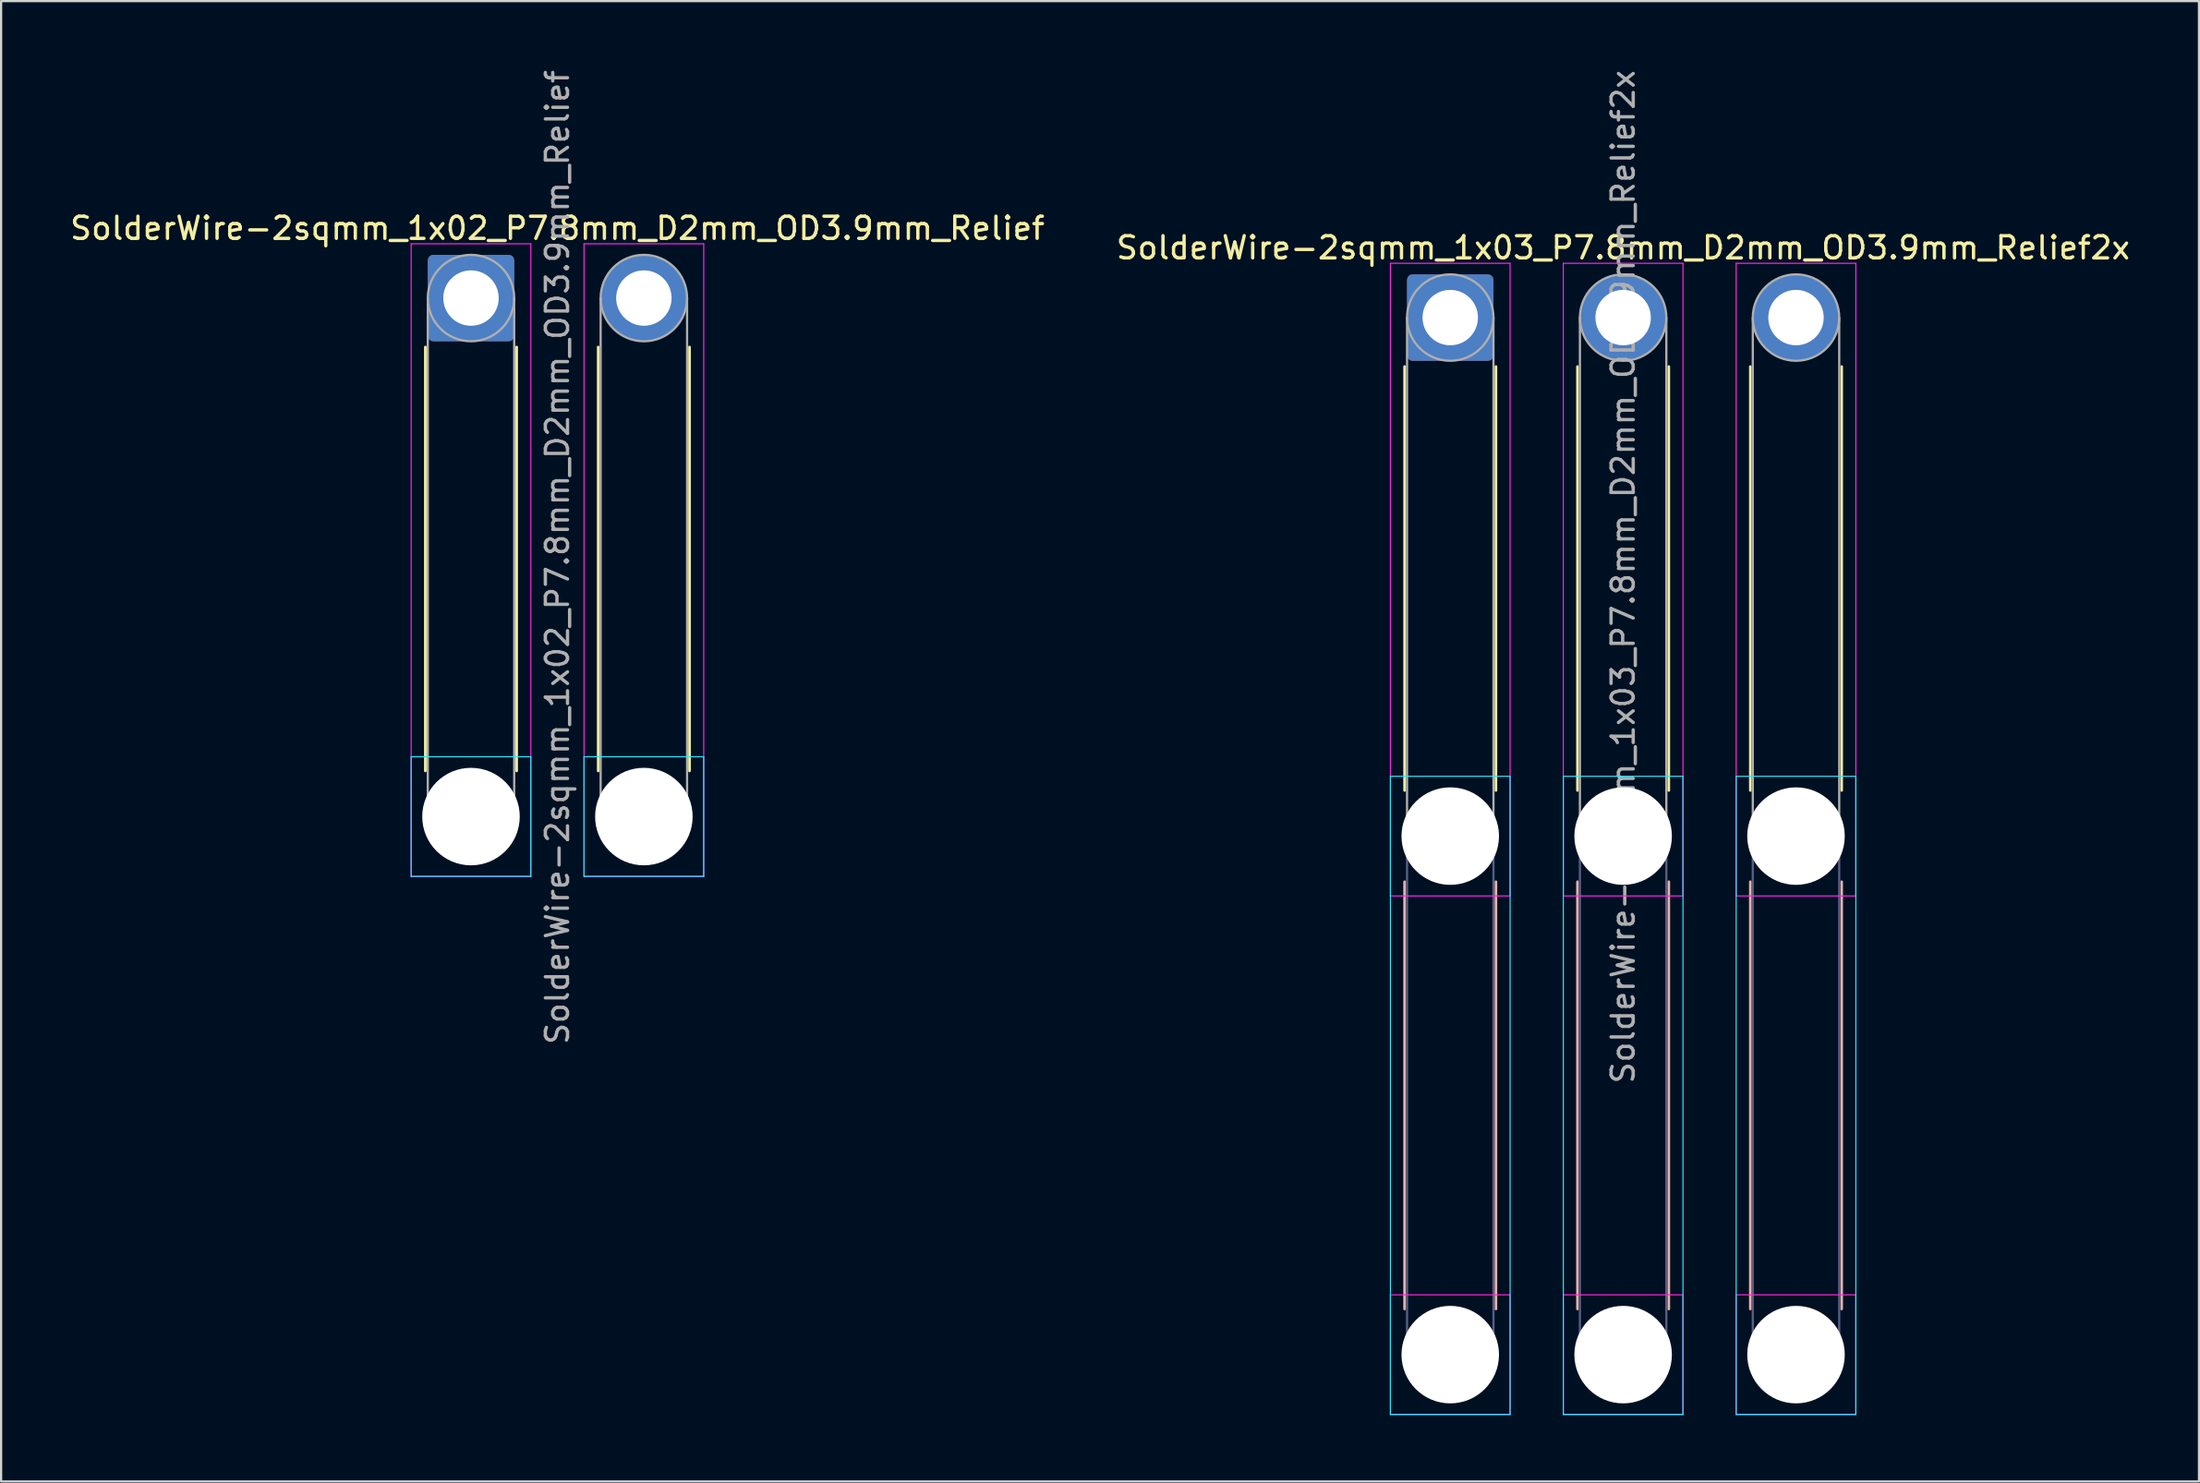
<source format=kicad_pcb>
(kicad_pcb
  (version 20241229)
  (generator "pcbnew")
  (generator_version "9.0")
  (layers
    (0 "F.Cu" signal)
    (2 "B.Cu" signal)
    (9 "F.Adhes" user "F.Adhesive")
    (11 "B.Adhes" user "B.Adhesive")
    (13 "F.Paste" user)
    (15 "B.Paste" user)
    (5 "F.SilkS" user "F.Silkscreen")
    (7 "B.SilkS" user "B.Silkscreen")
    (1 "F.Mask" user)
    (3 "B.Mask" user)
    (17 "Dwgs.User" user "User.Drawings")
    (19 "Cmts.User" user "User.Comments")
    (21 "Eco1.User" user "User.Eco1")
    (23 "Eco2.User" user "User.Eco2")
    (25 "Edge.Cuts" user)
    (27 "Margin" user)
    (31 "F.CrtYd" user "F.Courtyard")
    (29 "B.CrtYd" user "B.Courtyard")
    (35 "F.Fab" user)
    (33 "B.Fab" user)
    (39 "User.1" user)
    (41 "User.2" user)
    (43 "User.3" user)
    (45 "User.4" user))
  (footprint "SolderWire-2sqmm_1x02_P7.8mm_D2mm_OD3.9mm_Relief"
    (layer "F.Cu")
    (at 18.201 10.401)
    (property "Reference" "SolderWire-2sqmm_1x02_P7.8mm_D2mm_OD3.9mm_Relief" (at 3.9 -3.15 0) (layer "F.SilkS") (effects (font (size 1 1) (thickness 0.15))))
    (attr exclude_from_pos_files exclude_from_bom)
    (fp_line (start -2.06 2.21) (end -2.06 21.34) (stroke (width 0.12) (type solid)) (layer "F.SilkS"))
    (fp_line (start 2.06 2.21) (end 2.06 21.34) (stroke (width 0.12) (type solid)) (layer "F.SilkS"))
    (fp_line (start 5.74 2.21) (end 5.74 21.34) (stroke (width 0.12) (type solid)) (layer "F.SilkS"))
    (fp_line (start 9.86 2.21) (end 9.86 21.34) (stroke (width 0.12) (type solid)) (layer "F.SilkS"))
    (fp_line (start -2.7 20.7) (end -2.7 26.1) (stroke (width 0.05) (type solid)) (layer "B.CrtYd"))
    (fp_line (start -2.7 26.1) (end 2.7 26.1) (stroke (width 0.05) (type solid)) (layer "B.CrtYd"))
    (fp_line (start 2.7 20.7) (end -2.7 20.7) (stroke (width 0.05) (type solid)) (layer "B.CrtYd"))
    (fp_line (start 2.7 26.1) (end 2.7 20.7) (stroke (width 0.05) (type solid)) (layer "B.CrtYd"))
    (fp_line (start 5.1 20.7) (end 5.1 26.1) (stroke (width 0.05) (type solid)) (layer "B.CrtYd"))
    (fp_line (start 5.1 26.1) (end 10.5 26.1) (stroke (width 0.05) (type solid)) (layer "B.CrtYd"))
    (fp_line (start 10.5 20.7) (end 5.1 20.7) (stroke (width 0.05) (type solid)) (layer "B.CrtYd"))
    (fp_line (start 10.5 26.1) (end 10.5 20.7) (stroke (width 0.05) (type solid)) (layer "B.CrtYd"))
    (fp_line (start -2.7 -2.45) (end -2.7 26.1) (stroke (width 0.05) (type solid)) (layer "F.CrtYd"))
    (fp_line (start -2.7 26.1) (end 2.7 26.1) (stroke (width 0.05) (type solid)) (layer "F.CrtYd"))
    (fp_line (start 2.7 -2.45) (end -2.7 -2.45) (stroke (width 0.05) (type solid)) (layer "F.CrtYd"))
    (fp_line (start 2.7 26.1) (end 2.7 -2.45) (stroke (width 0.05) (type solid)) (layer "F.CrtYd"))
    (fp_line (start 5.1 -2.45) (end 5.1 26.1) (stroke (width 0.05) (type solid)) (layer "F.CrtYd"))
    (fp_line (start 5.1 26.1) (end 10.5 26.1) (stroke (width 0.05) (type solid)) (layer "F.CrtYd"))
    (fp_line (start 10.5 -2.45) (end 5.1 -2.45) (stroke (width 0.05) (type solid)) (layer "F.CrtYd"))
    (fp_line (start 10.5 26.1) (end 10.5 -2.45) (stroke (width 0.05) (type solid)) (layer "F.CrtYd"))
    (fp_line (start -1.95 0) (end -1.95 23.4) (stroke (width 0.1) (type solid)) (layer "F.Fab"))
    (fp_line (start 1.95 0) (end 1.95 23.4) (stroke (width 0.1) (type solid)) (layer "F.Fab"))
    (fp_line (start 5.85 0) (end 5.85 23.4) (stroke (width 0.1) (type solid)) (layer "F.Fab"))
    (fp_line (start 9.75 0) (end 9.75 23.4) (stroke (width 0.1) (type solid)) (layer "F.Fab"))
    (fp_circle (center 0 0) (end 1.95 0) (stroke (width 0.1) (type solid)) (fill no) (layer "F.Fab"))
    (fp_circle (center 0 23.4) (end 1.95 23.4) (stroke (width 0.1) (type solid)) (fill no) (layer "F.Fab"))
    (fp_circle (center 7.8 0) (end 9.75 0) (stroke (width 0.1) (type solid)) (fill no) (layer "F.Fab"))
    (fp_circle (center 7.8 23.4) (end 9.75 23.4) (stroke (width 0.1) (type solid)) (fill no) (layer "F.Fab"))
    (fp_text user "${REFERENCE}" (at 3.9 11.7 90) (layer "F.Fab") (effects (font (size 1 1) (thickness 0.15))))
    (pad "" np_thru_hole circle (at 0 23.4) (size 4.4 4.4) (drill 4.4) (layers "*.Cu" "*.Mask"))
    (pad "" np_thru_hole circle (at 7.8 23.4) (size 4.4 4.4) (drill 4.4) (layers "*.Cu" "*.Mask"))
    (pad "1" thru_hole roundrect (at 0 0) (size 3.9 3.9) (drill 2.5) (layers "*.Cu" "*.Mask") (roundrect_rratio 0.064))
    (pad "2" thru_hole circle (at 7.8 0) (size 3.9 3.9) (drill 2.5) (layers "*.Cu" "*.Mask")))
  (footprint "SolderWire-2sqmm_1x03_P7.8mm_D2mm_OD3.9mm_Relief2x"
    (layer "F.Cu")
    (at 62.385 11.282)
    (property "Reference" "SolderWire-2sqmm_1x03_P7.8mm_D2mm_OD3.9mm_Relief2x" (at 7.8 -3.15 0) (layer "F.SilkS") (effects (font (size 1 1) (thickness 0.15))))
    (attr exclude_from_pos_files exclude_from_bom)
    (fp_line (start -2.06 2.21) (end -2.06 21.34) (stroke (width 0.12) (type solid)) (layer "F.SilkS"))
    (fp_line (start 2.06 2.21) (end 2.06 21.34) (stroke (width 0.12) (type solid)) (layer "F.SilkS"))
    (fp_line (start 5.74 2.21) (end 5.74 21.34) (stroke (width 0.12) (type solid)) (layer "F.SilkS"))
    (fp_line (start 9.86 2.21) (end 9.86 21.34) (stroke (width 0.12) (type solid)) (layer "F.SilkS"))
    (fp_line (start 13.54 2.21) (end 13.54 21.34) (stroke (width 0.12) (type solid)) (layer "F.SilkS"))
    (fp_line (start 17.66 2.21) (end 17.66 21.34) (stroke (width 0.12) (type solid)) (layer "F.SilkS"))
    (fp_line (start -2.06 25.46) (end -2.06 44.74) (stroke (width 0.12) (type solid)) (layer "B.SilkS"))
    (fp_line (start 2.06 25.46) (end 2.06 44.74) (stroke (width 0.12) (type solid)) (layer "B.SilkS"))
    (fp_line (start 5.74 25.46) (end 5.74 44.74) (stroke (width 0.12) (type solid)) (layer "B.SilkS"))
    (fp_line (start 9.86 25.46) (end 9.86 44.74) (stroke (width 0.12) (type solid)) (layer "B.SilkS"))
    (fp_line (start 13.54 25.46) (end 13.54 44.74) (stroke (width 0.12) (type solid)) (layer "B.SilkS"))
    (fp_line (start 17.66 25.46) (end 17.66 44.74) (stroke (width 0.12) (type solid)) (layer "B.SilkS"))
    (fp_line (start -2.7 20.7) (end -2.7 49.5) (stroke (width 0.05) (type solid)) (layer "B.CrtYd"))
    (fp_line (start -2.7 49.5) (end 2.7 49.5) (stroke (width 0.05) (type solid)) (layer "B.CrtYd"))
    (fp_line (start 2.7 20.7) (end -2.7 20.7) (stroke (width 0.05) (type solid)) (layer "B.CrtYd"))
    (fp_line (start 2.7 49.5) (end 2.7 20.7) (stroke (width 0.05) (type solid)) (layer "B.CrtYd"))
    (fp_line (start 5.1 20.7) (end 5.1 49.5) (stroke (width 0.05) (type solid)) (layer "B.CrtYd"))
    (fp_line (start 5.1 49.5) (end 10.5 49.5) (stroke (width 0.05) (type solid)) (layer "B.CrtYd"))
    (fp_line (start 10.5 20.7) (end 5.1 20.7) (stroke (width 0.05) (type solid)) (layer "B.CrtYd"))
    (fp_line (start 10.5 49.5) (end 10.5 20.7) (stroke (width 0.05) (type solid)) (layer "B.CrtYd"))
    (fp_line (start 12.9 20.7) (end 12.9 49.5) (stroke (width 0.05) (type solid)) (layer "B.CrtYd"))
    (fp_line (start 12.9 49.5) (end 18.3 49.5) (stroke (width 0.05) (type solid)) (layer "B.CrtYd"))
    (fp_line (start 18.3 20.7) (end 12.9 20.7) (stroke (width 0.05) (type solid)) (layer "B.CrtYd"))
    (fp_line (start 18.3 49.5) (end 18.3 20.7) (stroke (width 0.05) (type solid)) (layer "B.CrtYd"))
    (fp_line (start -2.7 -2.45) (end -2.7 26.1) (stroke (width 0.05) (type solid)) (layer "F.CrtYd"))
    (fp_line (start -2.7 26.1) (end 2.7 26.1) (stroke (width 0.05) (type solid)) (layer "F.CrtYd"))
    (fp_line (start -2.7 44.1) (end -2.7 49.5) (stroke (width 0.05) (type solid)) (layer "F.CrtYd"))
    (fp_line (start -2.7 49.5) (end 2.7 49.5) (stroke (width 0.05) (type solid)) (layer "F.CrtYd"))
    (fp_line (start 2.7 -2.45) (end -2.7 -2.45) (stroke (width 0.05) (type solid)) (layer "F.CrtYd"))
    (fp_line (start 2.7 26.1) (end 2.7 -2.45) (stroke (width 0.05) (type solid)) (layer "F.CrtYd"))
    (fp_line (start 2.7 44.1) (end -2.7 44.1) (stroke (width 0.05) (type solid)) (layer "F.CrtYd"))
    (fp_line (start 2.7 49.5) (end 2.7 44.1) (stroke (width 0.05) (type solid)) (layer "F.CrtYd"))
    (fp_line (start 5.1 -2.45) (end 5.1 26.1) (stroke (width 0.05) (type solid)) (layer "F.CrtYd"))
    (fp_line (start 5.1 26.1) (end 10.5 26.1) (stroke (width 0.05) (type solid)) (layer "F.CrtYd"))
    (fp_line (start 5.1 44.1) (end 5.1 49.5) (stroke (width 0.05) (type solid)) (layer "F.CrtYd"))
    (fp_line (start 5.1 49.5) (end 10.5 49.5) (stroke (width 0.05) (type solid)) (layer "F.CrtYd"))
    (fp_line (start 10.5 -2.45) (end 5.1 -2.45) (stroke (width 0.05) (type solid)) (layer "F.CrtYd"))
    (fp_line (start 10.5 26.1) (end 10.5 -2.45) (stroke (width 0.05) (type solid)) (layer "F.CrtYd"))
    (fp_line (start 10.5 44.1) (end 5.1 44.1) (stroke (width 0.05) (type solid)) (layer "F.CrtYd"))
    (fp_line (start 10.5 49.5) (end 10.5 44.1) (stroke (width 0.05) (type solid)) (layer "F.CrtYd"))
    (fp_line (start 12.9 -2.45) (end 12.9 26.1) (stroke (width 0.05) (type solid)) (layer "F.CrtYd"))
    (fp_line (start 12.9 26.1) (end 18.3 26.1) (stroke (width 0.05) (type solid)) (layer "F.CrtYd"))
    (fp_line (start 12.9 44.1) (end 12.9 49.5) (stroke (width 0.05) (type solid)) (layer "F.CrtYd"))
    (fp_line (start 12.9 49.5) (end 18.3 49.5) (stroke (width 0.05) (type solid)) (layer "F.CrtYd"))
    (fp_line (start 18.3 -2.45) (end 12.9 -2.45) (stroke (width 0.05) (type solid)) (layer "F.CrtYd"))
    (fp_line (start 18.3 26.1) (end 18.3 -2.45) (stroke (width 0.05) (type solid)) (layer "F.CrtYd"))
    (fp_line (start 18.3 44.1) (end 12.9 44.1) (stroke (width 0.05) (type solid)) (layer "F.CrtYd"))
    (fp_line (start 18.3 49.5) (end 18.3 44.1) (stroke (width 0.05) (type solid)) (layer "F.CrtYd"))
    (fp_line (start -1.95 23.4) (end -1.95 46.8) (stroke (width 0.1) (type solid)) (layer "B.Fab"))
    (fp_line (start 1.95 23.4) (end 1.95 46.8) (stroke (width 0.1) (type solid)) (layer "B.Fab"))
    (fp_line (start 5.85 23.4) (end 5.85 46.8) (stroke (width 0.1) (type solid)) (layer "B.Fab"))
    (fp_line (start 9.75 23.4) (end 9.75 46.8) (stroke (width 0.1) (type solid)) (layer "B.Fab"))
    (fp_line (start 13.65 23.4) (end 13.65 46.8) (stroke (width 0.1) (type solid)) (layer "B.Fab"))
    (fp_line (start 17.55 23.4) (end 17.55 46.8) (stroke (width 0.1) (type solid)) (layer "B.Fab"))
    (fp_circle (center 0 23.4) (end 1.95 23.4) (stroke (width 0.1) (type solid)) (fill no) (layer "B.Fab"))
    (fp_circle (center 0 46.8) (end 1.95 46.8) (stroke (width 0.1) (type solid)) (fill no) (layer "B.Fab"))
    (fp_circle (center 7.8 23.4) (end 9.75 23.4) (stroke (width 0.1) (type solid)) (fill no) (layer "B.Fab"))
    (fp_circle (center 7.8 46.8) (end 9.75 46.8) (stroke (width 0.1) (type solid)) (fill no) (layer "B.Fab"))
    (fp_circle (center 15.6 23.4) (end 17.55 23.4) (stroke (width 0.1) (type solid)) (fill no) (layer "B.Fab"))
    (fp_circle (center 15.6 46.8) (end 17.55 46.8) (stroke (width 0.1) (type solid)) (fill no) (layer "B.Fab"))
    (fp_line (start -1.95 0) (end -1.95 23.4) (stroke (width 0.1) (type solid)) (layer "F.Fab"))
    (fp_line (start 1.95 0) (end 1.95 23.4) (stroke (width 0.1) (type solid)) (layer "F.Fab"))
    (fp_line (start 5.85 0) (end 5.85 23.4) (stroke (width 0.1) (type solid)) (layer "F.Fab"))
    (fp_line (start 9.75 0) (end 9.75 23.4) (stroke (width 0.1) (type solid)) (layer "F.Fab"))
    (fp_line (start 13.65 0) (end 13.65 23.4) (stroke (width 0.1) (type solid)) (layer "F.Fab"))
    (fp_line (start 17.55 0) (end 17.55 23.4) (stroke (width 0.1) (type solid)) (layer "F.Fab"))
    (fp_circle (center 0 0) (end 1.95 0) (stroke (width 0.1) (type solid)) (fill no) (layer "F.Fab"))
    (fp_circle (center 0 23.4) (end 1.95 23.4) (stroke (width 0.1) (type solid)) (fill no) (layer "F.Fab"))
    (fp_circle (center 0 46.8) (end 1.95 46.8) (stroke (width 0.1) (type solid)) (fill no) (layer "F.Fab"))
    (fp_circle (center 7.8 0) (end 9.75 0) (stroke (width 0.1) (type solid)) (fill no) (layer "F.Fab"))
    (fp_circle (center 7.8 23.4) (end 9.75 23.4) (stroke (width 0.1) (type solid)) (fill no) (layer "F.Fab"))
    (fp_circle (center 7.8 46.8) (end 9.75 46.8) (stroke (width 0.1) (type solid)) (fill no) (layer "F.Fab"))
    (fp_circle (center 15.6 0) (end 17.55 0) (stroke (width 0.1) (type solid)) (fill no) (layer "F.Fab"))
    (fp_circle (center 15.6 23.4) (end 17.55 23.4) (stroke (width 0.1) (type solid)) (fill no) (layer "F.Fab"))
    (fp_circle (center 15.6 46.8) (end 17.55 46.8) (stroke (width 0.1) (type solid)) (fill no) (layer "F.Fab"))
    (fp_text user "${REFERENCE}" (at 7.8 11.7 90) (layer "F.Fab") (effects (font (size 1 1) (thickness 0.15))))
    (pad "" np_thru_hole circle (at 0 23.4) (size 4.4 4.4) (drill 4.4) (layers "*.Cu" "*.Mask"))
    (pad "" np_thru_hole circle (at 0 46.8) (size 4.4 4.4) (drill 4.4) (layers "*.Cu" "*.Mask"))
    (pad "" np_thru_hole circle (at 7.8 23.4) (size 4.4 4.4) (drill 4.4) (layers "*.Cu" "*.Mask"))
    (pad "" np_thru_hole circle (at 7.8 46.8) (size 4.4 4.4) (drill 4.4) (layers "*.Cu" "*.Mask"))
    (pad "" np_thru_hole circle (at 15.6 23.4) (size 4.4 4.4) (drill 4.4) (layers "*.Cu" "*.Mask"))
    (pad "" np_thru_hole circle (at 15.6 46.8) (size 4.4 4.4) (drill 4.4) (layers "*.Cu" "*.Mask"))
    (pad "1" thru_hole roundrect (at 0 0) (size 3.9 3.9) (drill 2.5) (layers "*.Cu" "*.Mask") (roundrect_rratio 0.064))
    (pad "2" thru_hole circle (at 7.8 0) (size 3.9 3.9) (drill 2.5) (layers "*.Cu" "*.Mask"))
    (pad "3" thru_hole circle (at 15.6 0) (size 3.9 3.9) (drill 2.5) (layers "*.Cu" "*.Mask")))
  (gr_rect
    (start -3 -3)
    (end 96.167 63.807)
    (stroke (width 0.1) (type default))
    (fill no)
    (layer "Edge.Cuts")))
</source>
